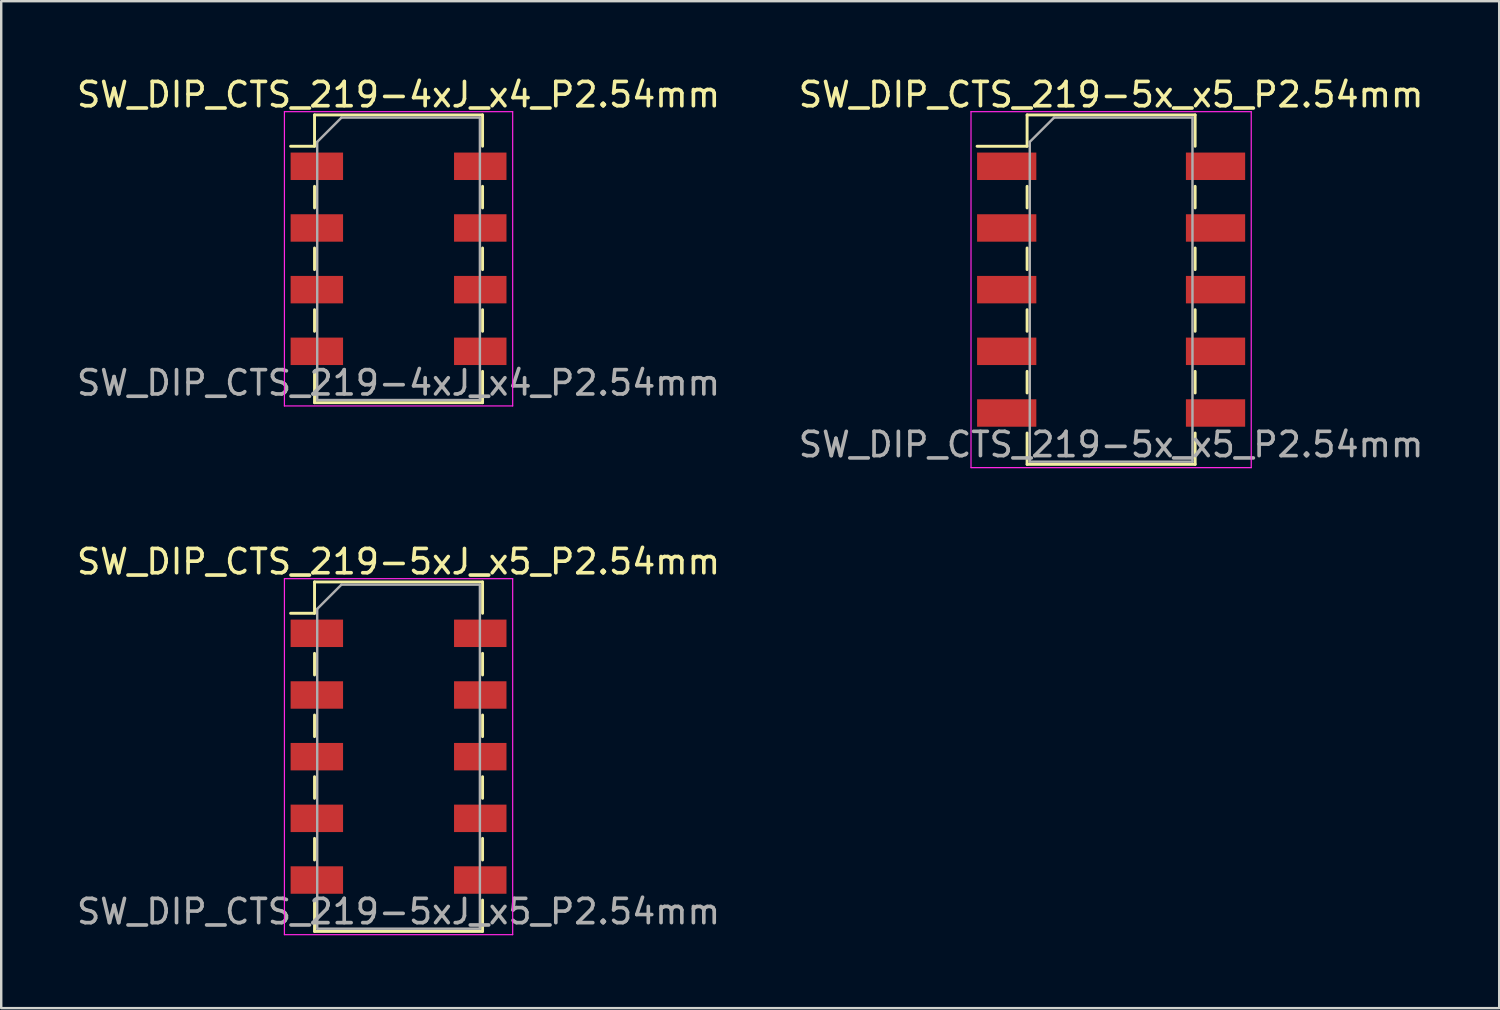
<source format=kicad_pcb>
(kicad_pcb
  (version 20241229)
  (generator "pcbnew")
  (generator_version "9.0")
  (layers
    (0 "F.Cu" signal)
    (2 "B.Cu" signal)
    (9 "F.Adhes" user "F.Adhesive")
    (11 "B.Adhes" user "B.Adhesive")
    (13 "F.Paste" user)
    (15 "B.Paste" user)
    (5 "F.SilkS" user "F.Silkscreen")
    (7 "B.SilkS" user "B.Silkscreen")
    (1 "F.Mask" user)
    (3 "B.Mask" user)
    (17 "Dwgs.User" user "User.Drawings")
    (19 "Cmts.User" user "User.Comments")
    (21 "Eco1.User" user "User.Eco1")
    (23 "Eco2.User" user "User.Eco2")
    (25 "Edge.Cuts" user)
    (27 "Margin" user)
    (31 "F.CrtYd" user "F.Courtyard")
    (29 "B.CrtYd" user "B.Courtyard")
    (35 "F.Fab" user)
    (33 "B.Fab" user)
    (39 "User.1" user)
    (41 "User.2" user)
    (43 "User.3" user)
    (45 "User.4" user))
  (footprint "SW_DIP_CTS_219-4xJ_x4_P2.54mm"
    (layer "F.Cu")
    (at 13.363 7.608)
    (property "Reference" "SW_DIP_CTS_219-4xJ_x4_P2.54mm" (at 0 -6.76 0) (layer "F.SilkS") (effects (font (size 1 1) (thickness 0.15))))
    (attr smd)
    (fp_line (start -4.445 -4.635) (end -3.46 -4.635) (stroke (width 0.12) (type solid)) (layer "F.SilkS"))
    (fp_line (start -3.46 -5.925) (end 3.46 -5.925) (stroke (width 0.12) (type solid)) (layer "F.SilkS"))
    (fp_line (start -3.46 -4.635) (end -3.46 -5.925) (stroke (width 0.12) (type solid)) (layer "F.SilkS"))
    (fp_line (start -3.46 -2.985) (end -3.46 -2.095) (stroke (width 0.12) (type solid)) (layer "F.SilkS"))
    (fp_line (start -3.46 -0.445) (end -3.46 0.445) (stroke (width 0.12) (type solid)) (layer "F.SilkS"))
    (fp_line (start -3.46 2.095) (end -3.46 2.985) (stroke (width 0.12) (type solid)) (layer "F.SilkS"))
    (fp_line (start -3.46 4.635) (end -3.46 5.925) (stroke (width 0.12) (type solid)) (layer "F.SilkS"))
    (fp_line (start -3.46 5.925) (end 3.46 5.925) (stroke (width 0.12) (type solid)) (layer "F.SilkS"))
    (fp_line (start 3.46 -5.925) (end 3.46 -4.635) (stroke (width 0.12) (type solid)) (layer "F.SilkS"))
    (fp_line (start 3.46 -2.985) (end 3.46 -2.095) (stroke (width 0.12) (type solid)) (layer "F.SilkS"))
    (fp_line (start 3.46 -0.445) (end 3.46 0.445) (stroke (width 0.12) (type solid)) (layer "F.SilkS"))
    (fp_line (start 3.46 2.095) (end 3.46 2.985) (stroke (width 0.12) (type solid)) (layer "F.SilkS"))
    (fp_line (start 3.46 5.925) (end 3.46 4.635) (stroke (width 0.12) (type solid)) (layer "F.SilkS"))
    (fp_line (start -4.7 -6.06) (end 4.7 -6.06) (stroke (width 0.05) (type solid)) (layer "F.CrtYd"))
    (fp_line (start -4.7 6.06) (end -4.7 -6.06) (stroke (width 0.05) (type solid)) (layer "F.CrtYd"))
    (fp_line (start 4.7 -6.06) (end 4.7 6.06) (stroke (width 0.05) (type solid)) (layer "F.CrtYd"))
    (fp_line (start 4.7 6.06) (end -4.7 6.06) (stroke (width 0.05) (type solid)) (layer "F.CrtYd"))
    (fp_line (start -3.35 -4.815) (end -2.35 -5.815) (stroke (width 0.1) (type solid)) (layer "F.Fab"))
    (fp_line (start -3.35 5.815) (end -3.35 -4.815) (stroke (width 0.1) (type solid)) (layer "F.Fab"))
    (fp_line (start -2.35 -5.815) (end 3.35 -5.815) (stroke (width 0.1) (type solid)) (layer "F.Fab"))
    (fp_line (start 3.35 -5.815) (end 3.35 5.815) (stroke (width 0.1) (type solid)) (layer "F.Fab"))
    (fp_line (start 3.35 5.815) (end -3.35 5.815) (stroke (width 0.1) (type solid)) (layer "F.Fab"))
    (fp_text user "${REFERENCE}" (at 0 5.11 0) (layer "F.Fab") (effects (font (size 1 1) (thickness 0.15))))
    (pad "1" smd rect (at -3.365 -3.81) (size 2.16 1.13) (layers "F.Cu" "F.Mask" "F.Paste"))
    (pad "2" smd rect (at -3.365 -1.27) (size 2.16 1.13) (layers "F.Cu" "F.Mask" "F.Paste"))
    (pad "3" smd rect (at -3.365 1.27) (size 2.16 1.13) (layers "F.Cu" "F.Mask" "F.Paste"))
    (pad "4" smd rect (at -3.365 3.81) (size 2.16 1.13) (layers "F.Cu" "F.Mask" "F.Paste"))
    (pad "5" smd rect (at 3.365 3.81) (size 2.16 1.13) (layers "F.Cu" "F.Mask" "F.Paste"))
    (pad "6" smd rect (at 3.365 1.27) (size 2.16 1.13) (layers "F.Cu" "F.Mask" "F.Paste"))
    (pad "7" smd rect (at 3.365 -1.27) (size 2.16 1.13) (layers "F.Cu" "F.Mask" "F.Paste"))
    (pad "8" smd rect (at 3.365 -3.81) (size 2.16 1.13) (layers "F.Cu" "F.Mask" "F.Paste")))
  (footprint "SW_DIP_CTS_219-5xJ_x5_P2.54mm"
    (layer "F.Cu")
    (at 13.363 28.111)
    (property "Reference" "SW_DIP_CTS_219-5xJ_x5_P2.54mm" (at 0 -8.03 0) (layer "F.SilkS") (effects (font (size 1 1) (thickness 0.15))))
    (attr smd)
    (fp_line (start -4.445 -5.905) (end -3.46 -5.905) (stroke (width 0.12) (type solid)) (layer "F.SilkS"))
    (fp_line (start -3.46 -7.195) (end 3.46 -7.195) (stroke (width 0.12) (type solid)) (layer "F.SilkS"))
    (fp_line (start -3.46 -5.905) (end -3.46 -7.195) (stroke (width 0.12) (type solid)) (layer "F.SilkS"))
    (fp_line (start -3.46 -4.255) (end -3.46 -3.365) (stroke (width 0.12) (type solid)) (layer "F.SilkS"))
    (fp_line (start -3.46 -1.715) (end -3.46 -0.825) (stroke (width 0.12) (type solid)) (layer "F.SilkS"))
    (fp_line (start -3.46 0.825) (end -3.46 1.715) (stroke (width 0.12) (type solid)) (layer "F.SilkS"))
    (fp_line (start -3.46 3.365) (end -3.46 4.255) (stroke (width 0.12) (type solid)) (layer "F.SilkS"))
    (fp_line (start -3.46 5.905) (end -3.46 7.195) (stroke (width 0.12) (type solid)) (layer "F.SilkS"))
    (fp_line (start -3.46 7.195) (end 3.46 7.195) (stroke (width 0.12) (type solid)) (layer "F.SilkS"))
    (fp_line (start 3.46 -7.195) (end 3.46 -5.905) (stroke (width 0.12) (type solid)) (layer "F.SilkS"))
    (fp_line (start 3.46 -4.255) (end 3.46 -3.365) (stroke (width 0.12) (type solid)) (layer "F.SilkS"))
    (fp_line (start 3.46 -1.715) (end 3.46 -0.825) (stroke (width 0.12) (type solid)) (layer "F.SilkS"))
    (fp_line (start 3.46 0.825) (end 3.46 1.715) (stroke (width 0.12) (type solid)) (layer "F.SilkS"))
    (fp_line (start 3.46 3.365) (end 3.46 4.255) (stroke (width 0.12) (type solid)) (layer "F.SilkS"))
    (fp_line (start 3.46 7.195) (end 3.46 5.905) (stroke (width 0.12) (type solid)) (layer "F.SilkS"))
    (fp_line (start -4.7 -7.33) (end 4.7 -7.33) (stroke (width 0.05) (type solid)) (layer "F.CrtYd"))
    (fp_line (start -4.7 7.33) (end -4.7 -7.33) (stroke (width 0.05) (type solid)) (layer "F.CrtYd"))
    (fp_line (start 4.7 -7.33) (end 4.7 7.33) (stroke (width 0.05) (type solid)) (layer "F.CrtYd"))
    (fp_line (start 4.7 7.33) (end -4.7 7.33) (stroke (width 0.05) (type solid)) (layer "F.CrtYd"))
    (fp_line (start -3.35 -6.085) (end -2.35 -7.085) (stroke (width 0.1) (type solid)) (layer "F.Fab"))
    (fp_line (start -3.35 7.085) (end -3.35 -6.085) (stroke (width 0.1) (type solid)) (layer "F.Fab"))
    (fp_line (start -2.35 -7.085) (end 3.35 -7.085) (stroke (width 0.1) (type solid)) (layer "F.Fab"))
    (fp_line (start 3.35 -7.085) (end 3.35 7.085) (stroke (width 0.1) (type solid)) (layer "F.Fab"))
    (fp_line (start 3.35 7.085) (end -3.35 7.085) (stroke (width 0.1) (type solid)) (layer "F.Fab"))
    (fp_text user "${REFERENCE}" (at 0 6.38 0) (layer "F.Fab") (effects (font (size 1 1) (thickness 0.15))))
    (pad "1" smd rect (at -3.365 -5.08) (size 2.16 1.13) (layers "F.Cu" "F.Mask" "F.Paste"))
    (pad "2" smd rect (at -3.365 -2.54) (size 2.16 1.13) (layers "F.Cu" "F.Mask" "F.Paste"))
    (pad "3" smd rect (at -3.365 0) (size 2.16 1.13) (layers "F.Cu" "F.Mask" "F.Paste"))
    (pad "4" smd rect (at -3.365 2.54) (size 2.16 1.13) (layers "F.Cu" "F.Mask" "F.Paste"))
    (pad "5" smd rect (at -3.365 5.08) (size 2.16 1.13) (layers "F.Cu" "F.Mask" "F.Paste"))
    (pad "6" smd rect (at 3.365 5.08) (size 2.16 1.13) (layers "F.Cu" "F.Mask" "F.Paste"))
    (pad "7" smd rect (at 3.365 2.54) (size 2.16 1.13) (layers "F.Cu" "F.Mask" "F.Paste"))
    (pad "8" smd rect (at 3.365 0) (size 2.16 1.13) (layers "F.Cu" "F.Mask" "F.Paste"))
    (pad "9" smd rect (at 3.365 -2.54) (size 2.16 1.13) (layers "F.Cu" "F.Mask" "F.Paste"))
    (pad "10" smd rect (at 3.365 -5.08) (size 2.16 1.13) (layers "F.Cu" "F.Mask" "F.Paste")))
  (footprint "SW_DIP_CTS_219-5x_x5_P2.54mm"
    (layer "F.Cu")
    (at 42.708 8.878)
    (property "Reference" "SW_DIP_CTS_219-5x_x5_P2.54mm" (at 0 -8.03 0) (layer "F.SilkS") (effects (font (size 1 1) (thickness 0.15))))
    (attr smd)
    (fp_line (start -5.52 -5.905) (end -3.46 -5.905) (stroke (width 0.12) (type solid)) (layer "F.SilkS"))
    (fp_line (start -3.46 -7.195) (end 3.46 -7.195) (stroke (width 0.12) (type solid)) (layer "F.SilkS"))
    (fp_line (start -3.46 -5.905) (end -3.46 -7.195) (stroke (width 0.12) (type solid)) (layer "F.SilkS"))
    (fp_line (start -3.46 -4.255) (end -3.46 -3.365) (stroke (width 0.12) (type solid)) (layer "F.SilkS"))
    (fp_line (start -3.46 -1.715) (end -3.46 -0.825) (stroke (width 0.12) (type solid)) (layer "F.SilkS"))
    (fp_line (start -3.46 0.825) (end -3.46 1.715) (stroke (width 0.12) (type solid)) (layer "F.SilkS"))
    (fp_line (start -3.46 3.365) (end -3.46 4.255) (stroke (width 0.12) (type solid)) (layer "F.SilkS"))
    (fp_line (start -3.46 5.905) (end -3.46 7.195) (stroke (width 0.12) (type solid)) (layer "F.SilkS"))
    (fp_line (start -3.46 7.195) (end 3.46 7.195) (stroke (width 0.12) (type solid)) (layer "F.SilkS"))
    (fp_line (start 3.46 -7.195) (end 3.46 -5.905) (stroke (width 0.12) (type solid)) (layer "F.SilkS"))
    (fp_line (start 3.46 -4.255) (end 3.46 -3.365) (stroke (width 0.12) (type solid)) (layer "F.SilkS"))
    (fp_line (start 3.46 -1.715) (end 3.46 -0.825) (stroke (width 0.12) (type solid)) (layer "F.SilkS"))
    (fp_line (start 3.46 0.825) (end 3.46 1.715) (stroke (width 0.12) (type solid)) (layer "F.SilkS"))
    (fp_line (start 3.46 3.365) (end 3.46 4.255) (stroke (width 0.12) (type solid)) (layer "F.SilkS"))
    (fp_line (start 3.46 7.195) (end 3.46 5.905) (stroke (width 0.12) (type solid)) (layer "F.SilkS"))
    (fp_line (start -5.77 -7.33) (end 5.77 -7.33) (stroke (width 0.05) (type solid)) (layer "F.CrtYd"))
    (fp_line (start -5.77 7.33) (end -5.77 -7.33) (stroke (width 0.05) (type solid)) (layer "F.CrtYd"))
    (fp_line (start 5.77 -7.33) (end 5.77 7.33) (stroke (width 0.05) (type solid)) (layer "F.CrtYd"))
    (fp_line (start 5.77 7.33) (end -5.77 7.33) (stroke (width 0.05) (type solid)) (layer "F.CrtYd"))
    (fp_line (start -3.35 -6.085) (end -2.35 -7.085) (stroke (width 0.1) (type solid)) (layer "F.Fab"))
    (fp_line (start -3.35 7.085) (end -3.35 -6.085) (stroke (width 0.1) (type solid)) (layer "F.Fab"))
    (fp_line (start -2.35 -7.085) (end 3.35 -7.085) (stroke (width 0.1) (type solid)) (layer "F.Fab"))
    (fp_line (start 3.35 -7.085) (end 3.35 7.085) (stroke (width 0.1) (type solid)) (layer "F.Fab"))
    (fp_line (start 3.35 7.085) (end -3.35 7.085) (stroke (width 0.1) (type solid)) (layer "F.Fab"))
    (fp_text user "${REFERENCE}" (at 0 6.38 0) (layer "F.Fab") (effects (font (size 1 1) (thickness 0.15))))
    (pad "1" smd rect (at -4.3 -5.08) (size 2.44 1.13) (layers "F.Cu" "F.Mask" "F.Paste"))
    (pad "2" smd rect (at -4.3 -2.54) (size 2.44 1.13) (layers "F.Cu" "F.Mask" "F.Paste"))
    (pad "3" smd rect (at -4.3 0) (size 2.44 1.13) (layers "F.Cu" "F.Mask" "F.Paste"))
    (pad "4" smd rect (at -4.3 2.54) (size 2.44 1.13) (layers "F.Cu" "F.Mask" "F.Paste"))
    (pad "5" smd rect (at -4.3 5.08) (size 2.44 1.13) (layers "F.Cu" "F.Mask" "F.Paste"))
    (pad "6" smd rect (at 4.3 5.08) (size 2.44 1.13) (layers "F.Cu" "F.Mask" "F.Paste"))
    (pad "7" smd rect (at 4.3 2.54) (size 2.44 1.13) (layers "F.Cu" "F.Mask" "F.Paste"))
    (pad "8" smd rect (at 4.3 0) (size 2.44 1.13) (layers "F.Cu" "F.Mask" "F.Paste"))
    (pad "9" smd rect (at 4.3 -2.54) (size 2.44 1.13) (layers "F.Cu" "F.Mask" "F.Paste"))
    (pad "10" smd rect (at 4.3 -5.08) (size 2.44 1.13) (layers "F.Cu" "F.Mask" "F.Paste")))
  (gr_rect
    (start -3 -3)
    (end 58.69 38.467)
    (stroke (width 0.1) (type default))
    (fill no)
    (layer "Edge.Cuts")))
</source>
